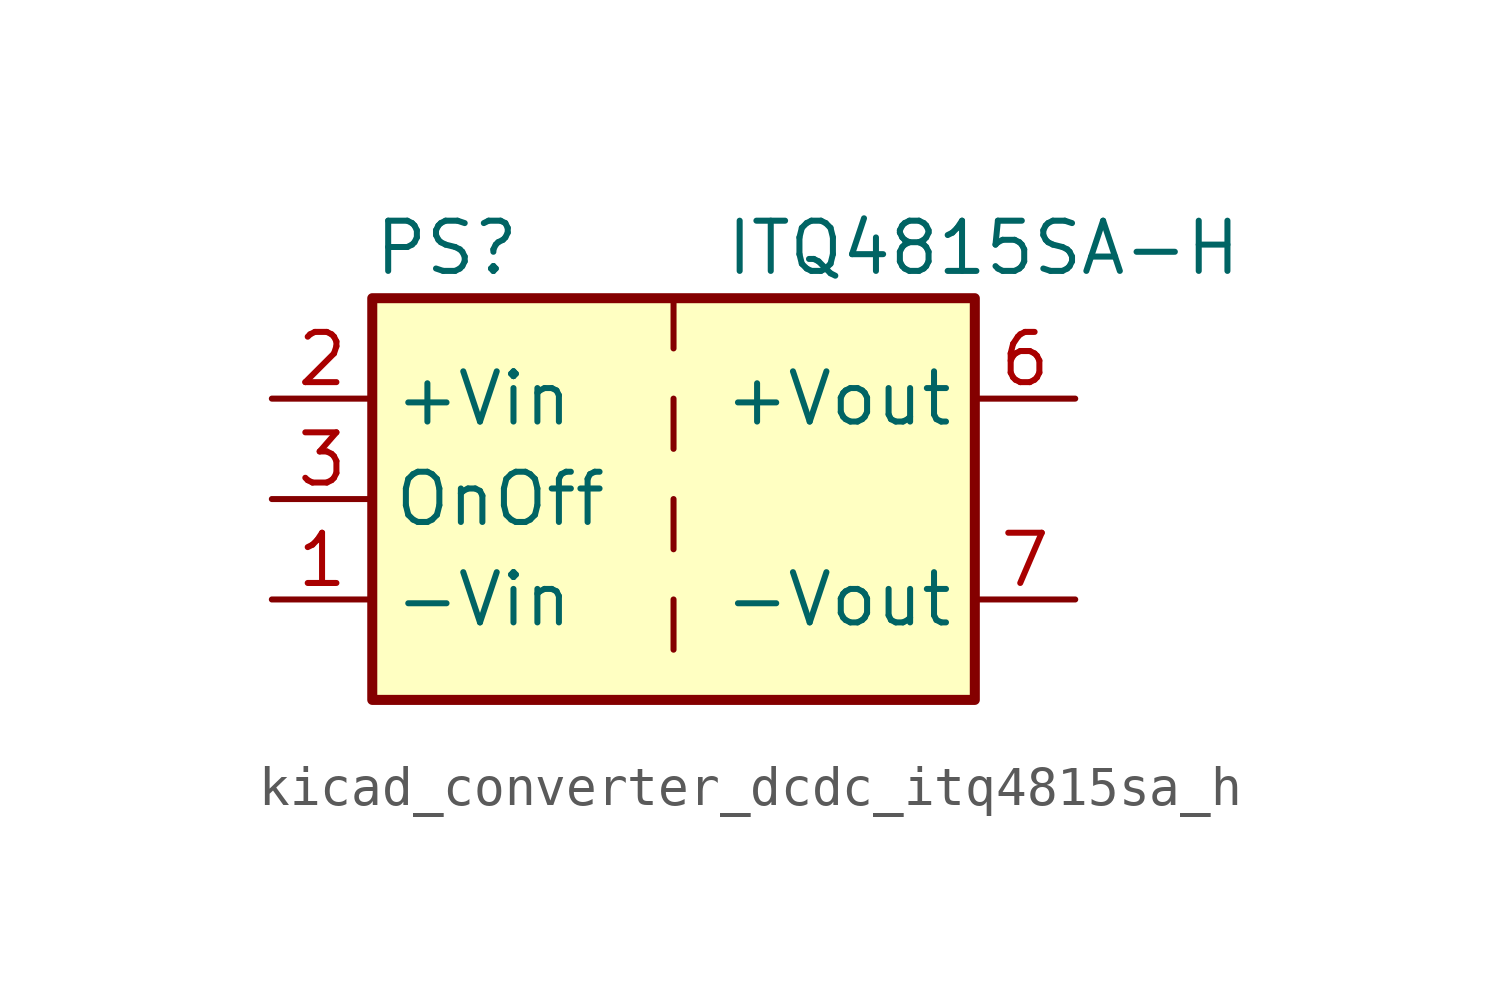
<source format=kicad_sym>
(kicad_symbol_lib
  (version 20220914)
  (generator kicad_symbol_editor)
  (symbol "kicad_converter_dcdc_itq4815sa_h"
    (property "Reference" "PS"
      (at -7.62 6.35 0)
      (effects (font (size 1.27 1.27)) (justify left)))
    (property "Value" "ITQ4815SA-H"
      (at 1.27 6.35 0)
      (effects (font (size 1.27 1.27)) (justify left)))
    (symbol "kicad_converter_dcdc_itq4815sa_h_0_0"
      (pin power_in line (at -10.16 -2.54 0) (length 2.54) (name "-Vin" (effects (font (size 1.27 1.27)))) (number "1" (effects (font (size 1.27 1.27)))))
      (pin power_in line (at -10.16 2.54 0) (length 2.54) (name "+Vin" (effects (font (size 1.27 1.27)))) (number "2" (effects (font (size 1.27 1.27)))))
      (pin input line (at -10.16 0 0) (length 2.54) (name "OnOff" (effects (font (size 1.27 1.27)))) (number "3" (effects (font (size 1.27 1.27)))))
      (pin power_out line (at 10.16 2.54 180) (length 2.54) (name "+Vout" (effects (font (size 1.27 1.27)))) (number "6" (effects (font (size 1.27 1.27)))))
      (pin power_out line (at 10.16 -2.54 180) (length 2.54) (name "-Vout" (effects (font (size 1.27 1.27)))) (number "7" (effects (font (size 1.27 1.27)))))
      (pin no_connect line (at 7.62 0 180) (length 2.54) hide (name "NC" (effects (font (size 1.27 1.27)))) (number "8" (effects (font (size 1.27 1.27))))))
    (symbol "kicad_converter_dcdc_itq4815sa_h_0_1"
      (rectangle (start -7.62 5.08) (end 7.62 -5.08) (stroke (width 0.254) (type default)) (fill (type background)))
      (polyline (pts (xy 0 -2.54) (xy 0 -3.81)) (stroke (width 0) (type default)) (fill (type none)))
      (polyline (pts (xy 0 0) (xy 0 -1.27)) (stroke (width 0) (type default)) (fill (type none)))
      (polyline (pts (xy 0 2.54) (xy 0 1.27)) (stroke (width 0) (type default)) (fill (type none)))
      (polyline (pts (xy 0 5.08) (xy 0 3.81)) (stroke (width 0) (type default)) (fill (type none))))))
</source>
